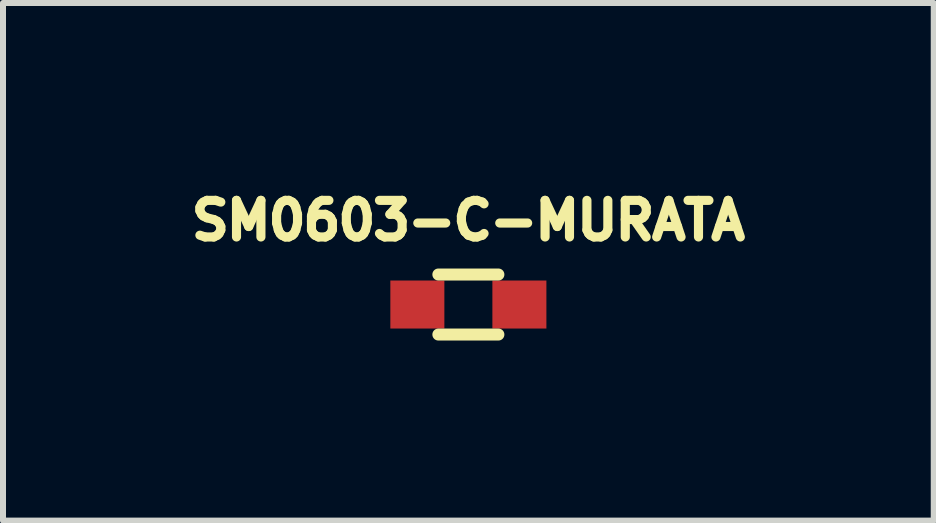
<source format=kicad_pcb>
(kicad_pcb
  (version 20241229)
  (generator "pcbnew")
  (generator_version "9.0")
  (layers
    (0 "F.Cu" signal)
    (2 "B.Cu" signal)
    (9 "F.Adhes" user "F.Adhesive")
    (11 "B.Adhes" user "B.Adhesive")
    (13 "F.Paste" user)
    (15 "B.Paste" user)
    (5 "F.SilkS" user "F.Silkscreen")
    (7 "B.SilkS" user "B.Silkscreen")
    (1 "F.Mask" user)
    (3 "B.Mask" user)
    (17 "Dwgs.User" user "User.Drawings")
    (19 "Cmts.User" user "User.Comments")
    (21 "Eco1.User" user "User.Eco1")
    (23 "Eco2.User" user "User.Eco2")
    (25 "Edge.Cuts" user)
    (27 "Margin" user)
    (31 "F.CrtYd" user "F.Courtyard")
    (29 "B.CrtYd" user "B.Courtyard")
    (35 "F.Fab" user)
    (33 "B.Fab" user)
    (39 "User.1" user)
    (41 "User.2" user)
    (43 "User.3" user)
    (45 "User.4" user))
  (footprint "SM0603-C-MURATA"
    (layer "F.Cu")
    (at 4.754 2.024)
    (property "Reference" "SM0603-C-MURATA" (at 0 -1.4 0) (layer "F.SilkS") (effects (font (size 0.61 0.61) (thickness 0.152))))
    (attr smd)
    (fp_line (start -0.5 -0.5) (end 0.5 -0.5) (stroke (width 0.2) (type solid)) (layer "F.SilkS"))
    (fp_line (start -0.5 0.5) (end 0.5 0.5) (stroke (width 0.2) (type solid)) (layer "F.SilkS"))
    (pad "1" smd rect (at -0.85 0) (size 0.9 0.8) (layers "F.Cu" "F.Mask" "F.Paste"))
    (pad "2" smd rect (at 0.85 0) (size 0.9 0.8) (layers "F.Cu" "F.Mask" "F.Paste")))
  (gr_rect
    (start -3 -3)
    (end 12.508 5.624)
    (stroke (width 0.1) (type default))
    (fill no)
    (layer "Edge.Cuts")))
</source>
